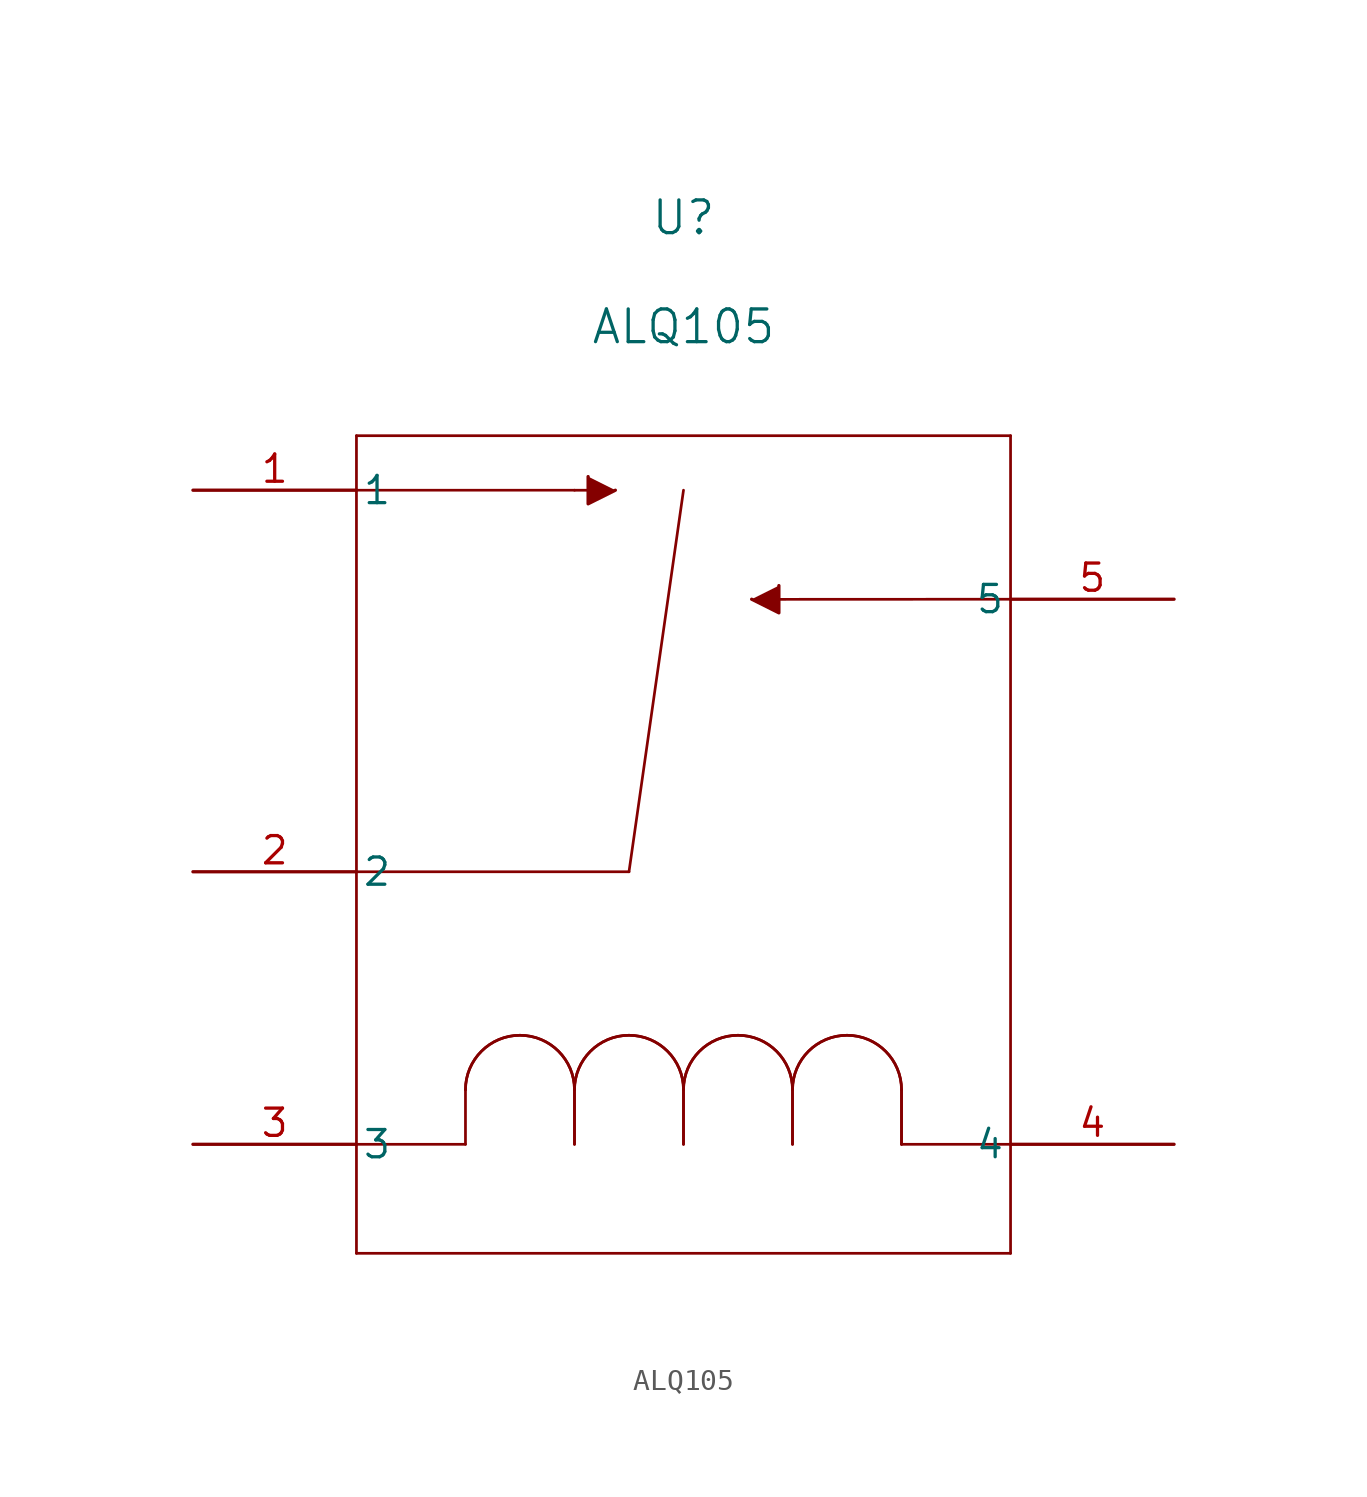
<source format=kicad_sym>
(kicad_symbol_lib
  (version 20211014)
  (generator kicad_symbol_editor)
  (symbol "ALQ105"
    (pin_names
      (offset 0.254))
    (property "Reference" "U"
      (at 22.86 12.7 0)
      (effects (font (size 1.524 1.524))))
    (property "Value" "ALQ105"
      (at 22.86 7.62 0)
      (effects (font (size 1.524 1.524))))
    (symbol "ALQ105_0_1"
      (arc (start 17.78 -27.94) (mid 15.24 -25.4) (end 12.7 -27.94) (stroke (width 0.127) (type default) (color 0 0 0 0)) (fill (type none)))
      (polyline (pts (xy 20.32 -17.78) (xy 7.62 -17.78)) (stroke (width 0.127) (type default) (color 0 0 0 0)) (fill (type none)))
      (polyline (pts (xy 20.32 -17.78) (xy 22.86 0)) (stroke (width 0.127) (type default) (color 0 0 0 0)) (fill (type none)))
      (polyline (pts (xy 7.62 0) (xy 17.78 0)) (stroke (width 0.127) (type default) (color 0 0 0 0)) (fill (type none)))
      (polyline (pts (xy 38.1 2.54) (xy 7.62 2.54)) (stroke (width 0.127) (type default) (color 0 0 0 0)) (fill (type none)))
      (polyline (pts (xy 12.7 -27.94) (xy 12.7 -30.48)) (stroke (width 0.127) (type default) (color 0 0 0 0)) (fill (type none)))
      (polyline (pts (xy 12.7 -30.48) (xy 7.62 -30.48)) (stroke (width 0.127) (type default) (color 0 0 0 0)) (fill (type none)))
      (arc (start 22.86 -27.94) (mid 20.32 -25.4) (end 17.78 -27.94) (stroke (width 0.127) (type default) (color 0 0 0 0)) (fill (type none)))
      (polyline (pts (xy 17.78 -27.94) (xy 17.78 -30.48)) (stroke (width 0.127) (type default) (color 0 0 0 0)) (fill (type none)))
      (arc (start 27.94 -27.94) (mid 25.4 -25.4) (end 22.86 -27.94) (stroke (width 0.127) (type default) (color 0 0 0 0)) (fill (type none)))
      (polyline (pts (xy 22.86 -27.94) (xy 22.86 -30.48)) (stroke (width 0.127) (type default) (color 0 0 0 0)) (fill (type none)))
      (arc (start 33.02 -27.94) (mid 30.48 -25.4) (end 27.94 -27.94) (stroke (width 0.127) (type default) (color 0 0 0 0)) (fill (type none)))
      (polyline (pts (xy 27.94 -27.94) (xy 27.94 -30.48)) (stroke (width 0.127) (type default) (color 0 0 0 0)) (fill (type none)))
      (polyline (pts (xy 33.02 -27.94) (xy 33.02 -30.48)) (stroke (width 0.127) (type default) (color 0 0 0 0)) (fill (type none)))
      (polyline (pts (xy 7.62 2.54) (xy 7.62 -35.56)) (stroke (width 0.127) (type default) (color 0 0 0 0)) (fill (type none)))
      (polyline (pts (xy 7.62 -35.56) (xy 38.1 -35.56)) (stroke (width 0.127) (type default) (color 0 0 0 0)) (fill (type none)))
      (polyline (pts (xy 38.1 -35.56) (xy 38.1 2.54)) (stroke (width 0.127) (type default) (color 0 0 0 0)) (fill (type none)))
      (arc (start 17.78 -27.94) (mid 15.24 -25.4) (end 12.7 -27.94) (stroke (width 0.127) (type default) (color 0 0 0 0)) (fill (type none)))
      (arc (start 22.86 -27.94) (mid 20.32 -25.4) (end 17.78 -27.94) (stroke (width 0.127) (type default) (color 0 0 0 0)) (fill (type none)))
      (polyline (pts (xy 17.78 0) (xy 19.049 -0.006)) (stroke (width 0.127) (type default) (color 0 0 0 0)) (fill (type none)))
      (polyline (pts (xy 18.415 0.635) (xy 18.415 -0.635) (xy 19.685 0)) (stroke (width 0) (type default) (color 0 0 0 0)) (fill (type outline)))
      (polyline (pts (xy 17.78 -27.94) (xy 17.78 -30.48)) (stroke (width 0.127) (type default) (color 0 0 0 0)) (fill (type none)))
      (arc (start 27.94 -27.94) (mid 25.4 -25.4) (end 22.86 -27.94) (stroke (width 0.127) (type default) (color 0 0 0 0)) (fill (type none)))
      (polyline (pts (xy 22.86 -27.94) (xy 22.86 -30.48)) (stroke (width 0.127) (type default) (color 0 0 0 0)) (fill (type none)))
      (arc (start 33.02 -27.94) (mid 30.48 -25.4) (end 27.94 -27.94) (stroke (width 0.127) (type default) (color 0 0 0 0)) (fill (type none)))
      (polyline (pts (xy 27.94 -27.94) (xy 27.94 -30.48)) (stroke (width 0.127) (type default) (color 0 0 0 0)) (fill (type none)))
      (polyline (pts (xy 33.02 -27.94) (xy 33.02 -30.48)) (stroke (width 0.127) (type default) (color 0 0 0 0)) (fill (type none)))
      (polyline (pts (xy 38.1 -30.48) (xy 33.02 -30.48)) (stroke (width 0.127) (type default) (color 0 0 0 0)) (fill (type none)))
      (polyline (pts (xy 38.1 -5.08) (xy 26.671 -5.086)) (stroke (width 0.127) (type default) (color 0 0 0 0)) (fill (type none)))
      (polyline (pts (xy 27.305 -4.445) (xy 27.305 -5.715) (xy 26.035 -5.08)) (stroke (width 0) (type default) (color 0 0 0 0)) (fill (type outline)))
      (pin unspecified line (at 0 0 0) (length 7.62) (name "1" (effects (font (size 1.27 1.27)))) (number "1" (effects (font (size 1.27 1.27)))))
      (pin unspecified line (at 0 -17.78 0) (length 7.62) (name "2" (effects (font (size 1.27 1.27)))) (number "2" (effects (font (size 1.27 1.27)))))
      (pin unspecified line (at 0 -30.48 0) (length 7.62) (name "3" (effects (font (size 1.27 1.27)))) (number "3" (effects (font (size 1.27 1.27)))))
      (pin unspecified line (at 45.72 -30.48 180) (length 7.62) (name "4" (effects (font (size 1.27 1.27)))) (number "4" (effects (font (size 1.27 1.27)))))
      (pin unspecified line (at 45.72 -5.08 180) (length 7.62) (name "5" (effects (font (size 1.27 1.27)))) (number "5" (effects (font (size 1.27 1.27))))))))
</source>
